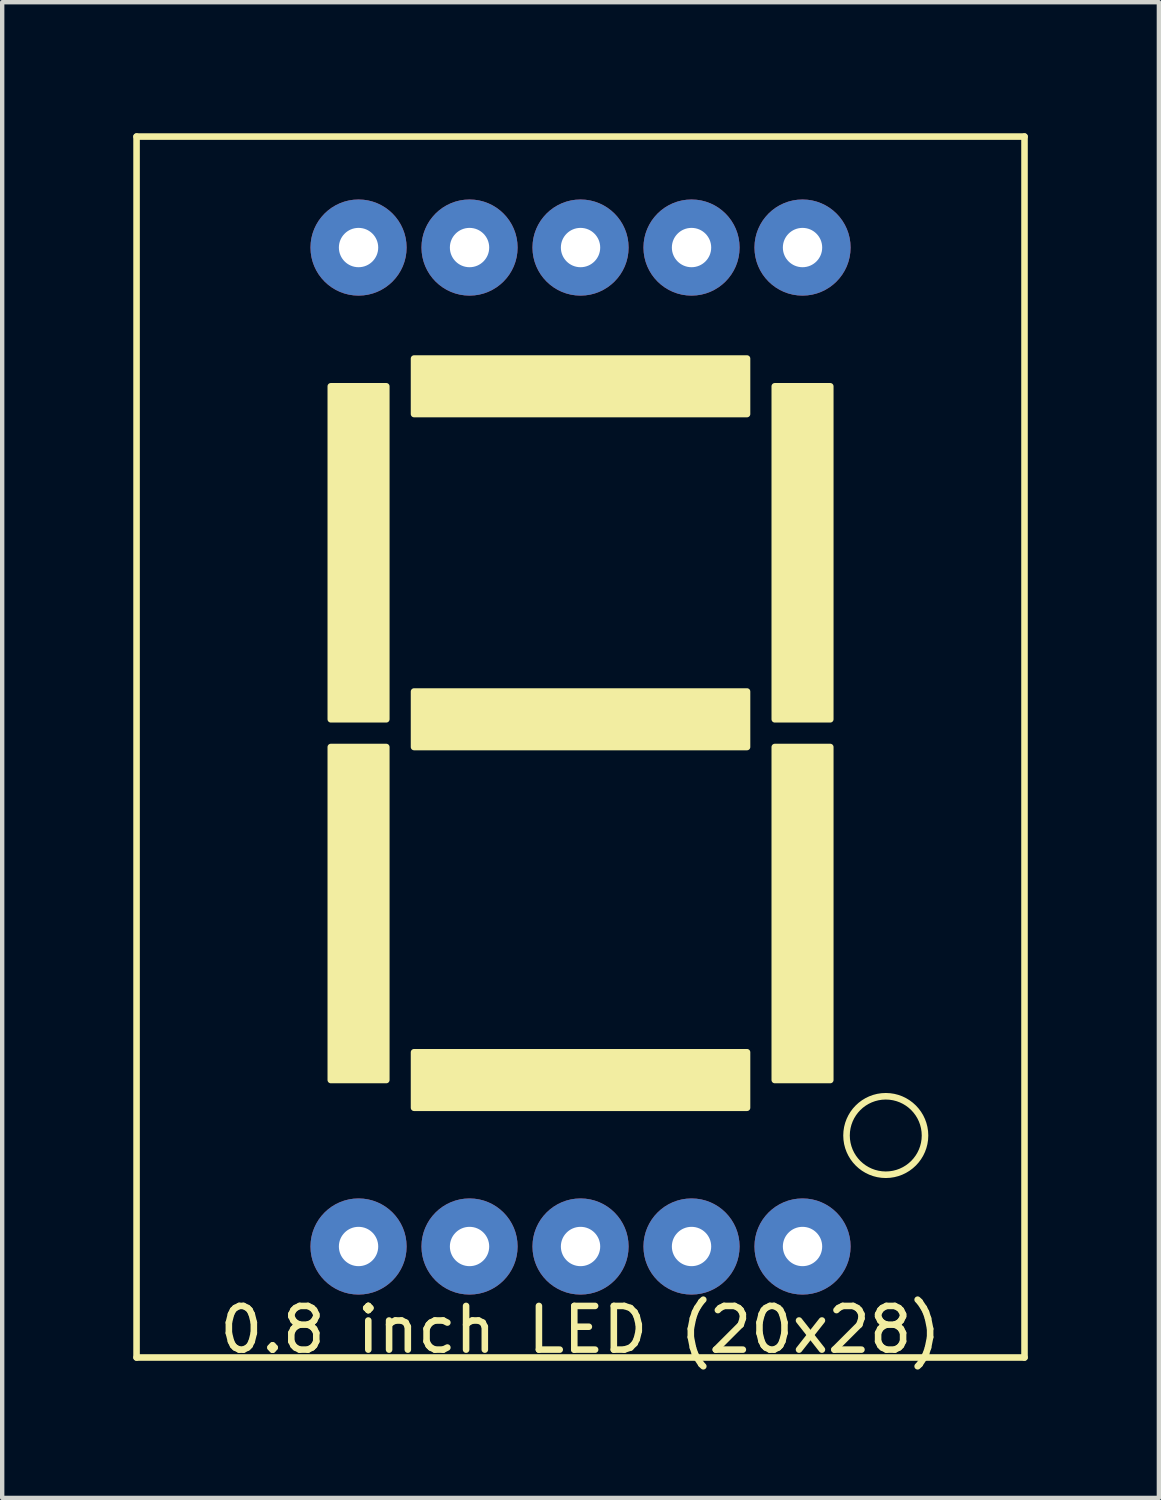
<source format=kicad_pcb>
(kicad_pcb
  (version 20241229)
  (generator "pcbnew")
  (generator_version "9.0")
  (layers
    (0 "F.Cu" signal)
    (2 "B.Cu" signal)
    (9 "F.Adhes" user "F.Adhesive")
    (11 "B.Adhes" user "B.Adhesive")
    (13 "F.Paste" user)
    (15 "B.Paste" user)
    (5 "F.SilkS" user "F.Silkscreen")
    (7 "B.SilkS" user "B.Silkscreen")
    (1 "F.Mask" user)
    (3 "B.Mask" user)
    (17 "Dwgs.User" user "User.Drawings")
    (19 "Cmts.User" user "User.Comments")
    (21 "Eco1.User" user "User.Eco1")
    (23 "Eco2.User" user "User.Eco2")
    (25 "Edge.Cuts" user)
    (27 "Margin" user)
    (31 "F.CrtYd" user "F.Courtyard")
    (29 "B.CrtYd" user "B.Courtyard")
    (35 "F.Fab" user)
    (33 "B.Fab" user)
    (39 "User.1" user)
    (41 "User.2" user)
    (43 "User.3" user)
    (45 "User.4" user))
  (footprint "0.8 inch LED (20x28)"
    (layer "F.Cu")
    (at 10.235 15.315)
    (property "Reference" "0.8 inch LED (20x28)" (at 0 12.065 0) (layer "F.SilkS") (effects (font (size 1 1) (thickness 0.15))))
    (attr through_hole)
    (fp_line (start -10.16 -15.24) (end 10.16 -15.24) (stroke (width 0.15) (type solid)) (layer "F.SilkS"))
    (fp_line (start -10.16 12.7) (end -10.16 -15.24) (stroke (width 0.15) (type solid)) (layer "F.SilkS"))
    (fp_line (start 10.16 -15.24) (end 10.16 12.7) (stroke (width 0.15) (type solid)) (layer "F.SilkS"))
    (fp_line (start 10.16 12.7) (end -10.16 12.7) (stroke (width 0.15) (type solid)) (layer "F.SilkS"))
    (fp_circle (center 6.985 7.62) (end 7.62 8.255) (stroke (width 0.15) (type solid)) (fill no) (layer "F.SilkS"))
    (fp_poly (pts (xy -4.445 -9.525) (xy -4.445 -1.905) (xy -5.715 -1.905) (xy -5.715 -9.525)) (stroke (width 0.15) (type solid)) (fill yes) (layer "F.SilkS"))
    (fp_poly (pts (xy -4.445 -1.27) (xy -4.445 6.35) (xy -5.715 6.35) (xy -5.715 -1.27)) (stroke (width 0.15) (type solid)) (fill yes) (layer "F.SilkS"))
    (fp_poly (pts (xy -3.81 -10.16) (xy 3.81 -10.16) (xy 3.81 -8.89) (xy -3.81 -8.89)) (stroke (width 0.15) (type solid)) (fill yes) (layer "F.SilkS"))
    (fp_poly (pts (xy -3.81 -2.54) (xy 3.81 -2.54) (xy 3.81 -1.27) (xy -3.81 -1.27)) (stroke (width 0.15) (type solid)) (fill yes) (layer "F.SilkS"))
    (fp_poly (pts (xy -3.81 5.715) (xy 3.81 5.715) (xy 3.81 6.985) (xy -3.81 6.985)) (stroke (width 0.15) (type solid)) (fill yes) (layer "F.SilkS"))
    (fp_poly (pts (xy 5.715 -9.525) (xy 5.715 -1.905) (xy 4.445 -1.905) (xy 4.445 -9.525)) (stroke (width 0.15) (type solid)) (fill yes) (layer "F.SilkS"))
    (fp_poly (pts (xy 5.715 -1.27) (xy 5.715 6.35) (xy 4.445 6.35) (xy 4.445 -1.27)) (stroke (width 0.15) (type solid)) (fill yes) (layer "F.SilkS"))
    (pad "1" thru_hole circle (at -5.08 10.16) (size 2.2 2.2) (drill 0.9) (layers "*.Cu" "*.Mask"))
    (pad "2" thru_hole circle (at -2.54 10.16) (size 2.2 2.2) (drill 0.9) (layers "*.Cu" "*.Mask"))
    (pad "3" thru_hole circle (at 0 10.16) (size 2.2 2.2) (drill 0.9) (layers "*.Cu" "*.Mask"))
    (pad "4" thru_hole circle (at 2.54 10.16) (size 2.2 2.2) (drill 0.9) (layers "*.Cu" "*.Mask"))
    (pad "5" thru_hole circle (at 5.08 10.16) (size 2.2 2.2) (drill 0.9) (layers "*.Cu" "*.Mask"))
    (pad "6" thru_hole circle (at 5.08 -12.7) (size 2.2 2.2) (drill 0.9) (layers "*.Cu" "*.Mask"))
    (pad "7" thru_hole circle (at 2.54 -12.7) (size 2.2 2.2) (drill 0.9) (layers "*.Cu" "*.Mask"))
    (pad "8" thru_hole circle (at 0 -12.7) (size 2.2 2.2) (drill 0.9) (layers "*.Cu" "*.Mask"))
    (pad "9" thru_hole circle (at -2.54 -12.7) (size 2.2 2.2) (drill 0.9) (layers "*.Cu" "*.Mask"))
    (pad "10" thru_hole circle (at -5.08 -12.7) (size 2.2 2.2) (drill 0.9) (layers "*.Cu" "*.Mask")))
  (gr_rect
    (start -3 -3)
    (end 23.47 31.228)
    (stroke (width 0.1) (type default))
    (fill no)
    (layer "Edge.Cuts")))
</source>
